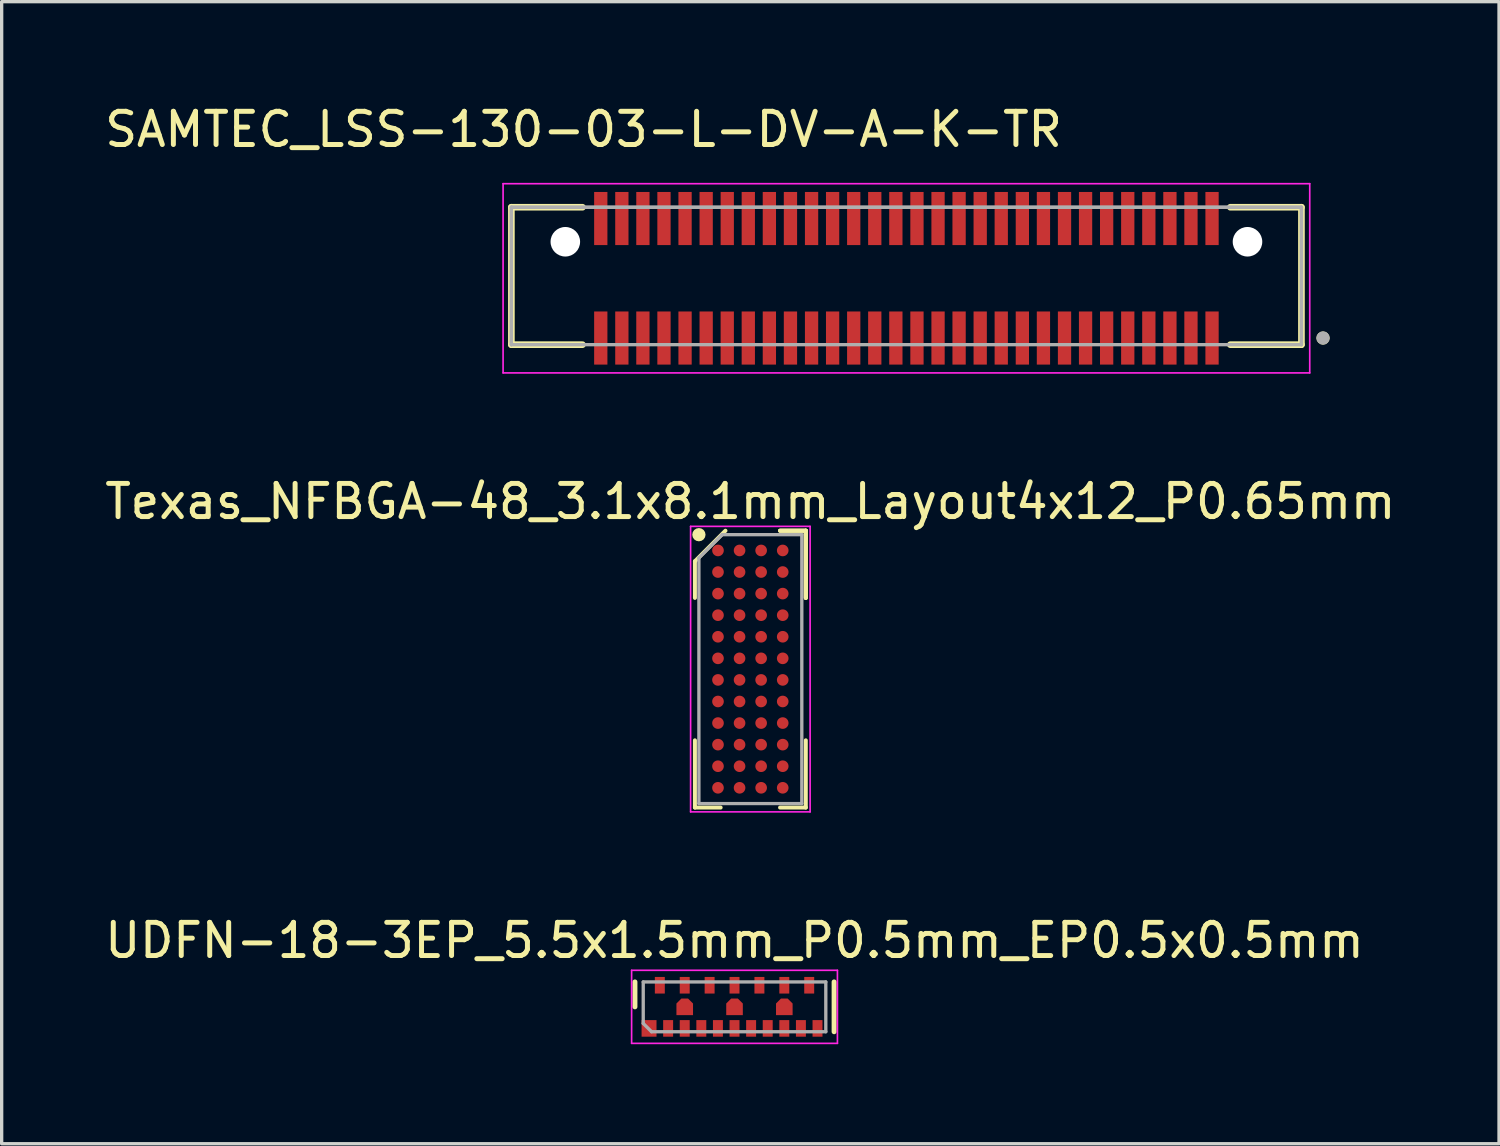
<source format=kicad_pcb>
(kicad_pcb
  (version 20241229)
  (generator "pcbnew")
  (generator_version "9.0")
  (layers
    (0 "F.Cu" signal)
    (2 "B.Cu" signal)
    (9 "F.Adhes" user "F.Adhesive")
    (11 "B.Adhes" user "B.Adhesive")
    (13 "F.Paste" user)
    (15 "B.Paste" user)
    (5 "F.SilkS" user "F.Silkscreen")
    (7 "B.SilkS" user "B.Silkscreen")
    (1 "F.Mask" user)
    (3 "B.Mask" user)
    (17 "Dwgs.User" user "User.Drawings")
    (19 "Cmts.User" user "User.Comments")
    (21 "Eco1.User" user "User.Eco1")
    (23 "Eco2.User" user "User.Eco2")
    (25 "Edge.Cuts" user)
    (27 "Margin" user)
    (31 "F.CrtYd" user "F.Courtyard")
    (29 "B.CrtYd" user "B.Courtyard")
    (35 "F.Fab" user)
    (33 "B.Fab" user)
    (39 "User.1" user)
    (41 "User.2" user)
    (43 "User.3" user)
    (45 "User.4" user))
  (footprint "UDFN-18-3EP_5.5x1.5mm_P0.5mm_EP0.5x0.5mm"
    (layer "F.Cu")
    (at 19.077 27.28)
    (property "Reference" "UDFN-18-3EP_5.5x1.5mm_P0.5mm_EP0.5x0.5mm" (at 0 -2 0) (layer "F.SilkS") (effects (font (size 1 1) (thickness 0.15))))
    (attr through_hole)
    (fp_line (start -3 -0.75) (end -3 0) (stroke (width 0.15) (type solid)) (layer "F.SilkS"))
    (fp_line (start 3 -0.75) (end 3 0.75) (stroke (width 0.15) (type solid)) (layer "F.SilkS"))
    (fp_line (start -3.1 -1.1) (end 3.1 -1.1) (stroke (width 0.05) (type solid)) (layer "F.CrtYd"))
    (fp_line (start -3.1 1.1) (end -3.1 -1.1) (stroke (width 0.05) (type solid)) (layer "F.CrtYd"))
    (fp_line (start 3.1 -1.1) (end 3.1 1.1) (stroke (width 0.05) (type solid)) (layer "F.CrtYd"))
    (fp_line (start 3.1 1.1) (end -3.1 1.1) (stroke (width 0.05) (type solid)) (layer "F.CrtYd"))
    (fp_line (start -2.75 -0.75) (end 2.75 -0.75) (stroke (width 0.1) (type solid)) (layer "F.Fab"))
    (fp_line (start -2.75 0.5) (end -2.75 -0.75) (stroke (width 0.1) (type solid)) (layer "F.Fab"))
    (fp_line (start -2.75 0.5) (end -2.5 0.75) (stroke (width 0.1) (type solid)) (layer "F.Fab"))
    (fp_line (start 2.75 -0.75) (end 2.75 0.75) (stroke (width 0.1) (type solid)) (layer "F.Fab"))
    (fp_line (start 2.75 0.75) (end -2.5 0.75) (stroke (width 0.1) (type solid)) (layer "F.Fab"))
    (pad "1" smd rect (at -2.5 0.65) (size 0.45 0.5) (drill (offset -0.075 0)) (layers "F.Cu" "F.Mask" "F.Paste"))
    (pad "2" smd rect (at -2 0.65) (size 0.3 0.5) (layers "F.Cu" "F.Mask" "F.Paste"))
    (pad "3" smd rect (at -1.5 0.65) (size 0.3 0.5) (layers "F.Cu" "F.Mask" "F.Paste"))
    (pad "4" smd rect (at -1 0.65) (size 0.3 0.5) (layers "F.Cu" "F.Mask" "F.Paste"))
    (pad "5" smd rect (at -0.5 0.65) (size 0.3 0.5) (layers "F.Cu" "F.Mask" "F.Paste"))
    (pad "6" smd rect (at 0 0.65) (size 0.3 0.5) (layers "F.Cu" "F.Mask" "F.Paste"))
    (pad "7" smd rect (at 0.5 0.65) (size 0.3 0.5) (layers "F.Cu" "F.Mask" "F.Paste"))
    (pad "8" smd rect (at 1 0.65) (size 0.3 0.5) (layers "F.Cu" "F.Mask" "F.Paste"))
    (pad "9" smd rect (at 1.5 0.65) (size 0.3 0.5) (layers "F.Cu" "F.Mask" "F.Paste"))
    (pad "10" smd rect (at 2 0.65) (size 0.3 0.5) (layers "F.Cu" "F.Mask" "F.Paste"))
    (pad "11" smd rect (at 2.5 0.65) (size 0.3 0.5) (layers "F.Cu" "F.Mask" "F.Paste"))
    (pad "12" smd rect (at 2.25 -0.65) (size 0.3 0.5) (layers "F.Cu" "F.Mask" "F.Paste"))
    (pad "13" smd rect (at 1.5 -0.65) (size 0.3 0.5) (layers "F.Cu" "F.Mask" "F.Paste"))
    (pad "14" smd rect (at 0.75 -0.65) (size 0.3 0.5) (layers "F.Cu" "F.Mask" "F.Paste"))
    (pad "15" smd rect (at 0 -0.65) (size 0.3 0.5) (layers "F.Cu" "F.Mask" "F.Paste"))
    (pad "16" smd rect (at -0.75 -0.65) (size 0.3 0.5) (layers "F.Cu" "F.Mask" "F.Paste"))
    (pad "17" smd rect (at -1.5 -0.65) (size 0.3 0.5) (layers "F.Cu" "F.Mask" "F.Paste"))
    (pad "18" smd rect (at -2.25 -0.65) (size 0.3 0.5) (layers "F.Cu" "F.Mask" "F.Paste"))
    (pad "19" smd custom (at -1.5 0) (size 0.3 0.3) (layers "F.Cu" "F.Mask" "F.Paste") (options (anchor rect)) (primitives (gr_poly (pts (xy -0.25 0.25) (xy -0.25 -0.1) (xy -0.1 -0.25) (xy 0.1 -0.25) (xy 0.25 -0.1) (xy 0.25 0.25)) (width 0) (fill yes))))
    (pad "20" smd custom (at 0 0) (size 0.3 0.3) (layers "F.Cu" "F.Mask" "F.Paste") (options (anchor rect)) (primitives (gr_poly (pts (xy -0.25 0.25) (xy -0.25 -0.1) (xy -0.1 -0.25) (xy 0.1 -0.25) (xy 0.25 -0.1) (xy 0.25 0.25)) (width 0) (fill yes))))
    (pad "21" smd custom (at 1.5 0) (size 0.3 0.3) (layers "F.Cu" "F.Mask" "F.Paste") (options (anchor rect)) (primitives (gr_poly (pts (xy -0.25 0.25) (xy -0.25 -0.1) (xy -0.1 -0.25) (xy 0.1 -0.25) (xy 0.25 -0.1) (xy 0.25 0.25)) (width 0) (fill yes)))))
  (footprint "Texas_NFBGA-48_3.1x8.1mm_Layout4x12_P0.65mm"
    (layer "F.Cu")
    (at 19.554 17.107)
    (property "Reference" "Texas_NFBGA-48_3.1x8.1mm_Layout4x12_P0.65mm" (at 0 -5.05 0) (layer "F.SilkS") (effects (font (size 1 1) (thickness 0.15))))
    (attr smd)
    (fp_line (start -1.67 -3.25) (end -1.67 -2.145) (stroke (width 0.12) (type solid)) (layer "F.SilkS"))
    (fp_line (start -1.67 4.17) (end -1.67 2.145) (stroke (width 0.12) (type solid)) (layer "F.SilkS"))
    (fp_line (start -0.895 4.17) (end -1.67 4.17) (stroke (width 0.12) (type solid)) (layer "F.SilkS"))
    (fp_line (start -0.75 -4.17) (end -1.67 -3.25) (stroke (width 0.12) (type solid)) (layer "F.SilkS"))
    (fp_line (start 0.895 -4.17) (end 1.67 -4.17) (stroke (width 0.12) (type solid)) (layer "F.SilkS"))
    (fp_line (start 0.895 -4.17) (end 1.67 -4.17) (stroke (width 0.12) (type solid)) (layer "F.SilkS"))
    (fp_line (start 0.895 -4.17) (end 1.67 -4.17) (stroke (width 0.12) (type solid)) (layer "F.SilkS"))
    (fp_line (start 0.895 4.17) (end 1.67 4.17) (stroke (width 0.12) (type solid)) (layer "F.SilkS"))
    (fp_line (start 1.67 -4.17) (end 1.67 -2.145) (stroke (width 0.12) (type solid)) (layer "F.SilkS"))
    (fp_line (start 1.67 -4.17) (end 1.67 -2.145) (stroke (width 0.12) (type solid)) (layer "F.SilkS"))
    (fp_line (start 1.67 -4.17) (end 1.67 -2.145) (stroke (width 0.12) (type solid)) (layer "F.SilkS"))
    (fp_line (start 1.67 4.17) (end 1.67 2.145) (stroke (width 0.12) (type solid)) (layer "F.SilkS"))
    (fp_circle (center -1.55 -4.05) (end -1.55 -3.95) (stroke (width 0.2) (type solid)) (fill no) (layer "F.SilkS"))
    (fp_line (start -1.8 -4.3) (end 1.8 -4.3) (stroke (width 0.05) (type solid)) (layer "F.CrtYd"))
    (fp_line (start -1.8 4.3) (end -1.8 -4.3) (stroke (width 0.05) (type solid)) (layer "F.CrtYd"))
    (fp_line (start 1.8 -4.3) (end 1.8 4.3) (stroke (width 0.05) (type solid)) (layer "F.CrtYd"))
    (fp_line (start 1.8 4.3) (end -1.8 4.3) (stroke (width 0.05) (type solid)) (layer "F.CrtYd"))
    (fp_line (start -1.55 -3.35) (end -1.55 4.05) (stroke (width 0.1) (type solid)) (layer "F.Fab"))
    (fp_line (start -1.55 4.05) (end 1.55 4.05) (stroke (width 0.1) (type solid)) (layer "F.Fab"))
    (fp_line (start -0.85 -4.05) (end -1.55 -3.35) (stroke (width 0.1) (type solid)) (layer "F.Fab"))
    (fp_line (start 1.55 -4.05) (end -0.85 -4.05) (stroke (width 0.1) (type solid)) (layer "F.Fab"))
    (fp_line (start 1.55 4.05) (end 1.55 -4.05) (stroke (width 0.1) (type solid)) (layer "F.Fab"))
    (pad "A1" smd circle (at -0.975 -3.575) (size 0.35 0.35) (layers "F.Cu" "F.Mask" "F.Paste"))
    (pad "A2" smd circle (at -0.325 -3.575) (size 0.35 0.35) (layers "F.Cu" "F.Mask" "F.Paste"))
    (pad "A3" smd circle (at 0.325 -3.575) (size 0.35 0.35) (layers "F.Cu" "F.Mask" "F.Paste"))
    (pad "A4" smd circle (at 0.975 -3.575) (size 0.35 0.35) (layers "F.Cu" "F.Mask" "F.Paste"))
    (pad "B1" smd circle (at -0.975 -2.925) (size 0.35 0.35) (layers "F.Cu" "F.Mask" "F.Paste"))
    (pad "B2" smd circle (at -0.325 -2.925) (size 0.35 0.35) (layers "F.Cu" "F.Mask" "F.Paste"))
    (pad "B3" smd circle (at 0.325 -2.925) (size 0.35 0.35) (layers "F.Cu" "F.Mask" "F.Paste"))
    (pad "B4" smd circle (at 0.975 -2.925) (size 0.35 0.35) (layers "F.Cu" "F.Mask" "F.Paste"))
    (pad "C1" smd circle (at -0.975 -2.275) (size 0.35 0.35) (layers "F.Cu" "F.Mask" "F.Paste"))
    (pad "C2" smd circle (at -0.325 -2.275) (size 0.35 0.35) (layers "F.Cu" "F.Mask" "F.Paste"))
    (pad "C3" smd circle (at 0.325 -2.275) (size 0.35 0.35) (layers "F.Cu" "F.Mask" "F.Paste"))
    (pad "C4" smd circle (at 0.975 -2.275) (size 0.35 0.35) (layers "F.Cu" "F.Mask" "F.Paste"))
    (pad "D1" smd circle (at -0.975 -1.625) (size 0.35 0.35) (layers "F.Cu" "F.Mask" "F.Paste"))
    (pad "D2" smd circle (at -0.325 -1.625) (size 0.35 0.35) (layers "F.Cu" "F.Mask" "F.Paste"))
    (pad "D3" smd circle (at 0.325 -1.625) (size 0.35 0.35) (layers "F.Cu" "F.Mask" "F.Paste"))
    (pad "D4" smd circle (at 0.975 -1.625) (size 0.35 0.35) (layers "F.Cu" "F.Mask" "F.Paste"))
    (pad "E1" smd circle (at -0.975 -0.975) (size 0.35 0.35) (layers "F.Cu" "F.Mask" "F.Paste"))
    (pad "E2" smd circle (at -0.325 -0.975) (size 0.35 0.35) (layers "F.Cu" "F.Mask" "F.Paste"))
    (pad "E3" smd circle (at 0.325 -0.975) (size 0.35 0.35) (layers "F.Cu" "F.Mask" "F.Paste"))
    (pad "E4" smd circle (at 0.975 -0.975) (size 0.35 0.35) (layers "F.Cu" "F.Mask" "F.Paste"))
    (pad "F1" smd circle (at -0.975 -0.325) (size 0.35 0.35) (layers "F.Cu" "F.Mask" "F.Paste"))
    (pad "F2" smd circle (at -0.325 -0.325) (size 0.35 0.35) (layers "F.Cu" "F.Mask" "F.Paste"))
    (pad "F3" smd circle (at 0.325 -0.325) (size 0.35 0.35) (layers "F.Cu" "F.Mask" "F.Paste"))
    (pad "F4" smd circle (at 0.975 -0.325) (size 0.35 0.35) (layers "F.Cu" "F.Mask" "F.Paste"))
    (pad "G1" smd circle (at -0.975 0.325) (size 0.35 0.35) (layers "F.Cu" "F.Mask" "F.Paste"))
    (pad "G2" smd circle (at -0.325 0.325) (size 0.35 0.35) (layers "F.Cu" "F.Mask" "F.Paste"))
    (pad "G3" smd circle (at 0.325 0.325) (size 0.35 0.35) (layers "F.Cu" "F.Mask" "F.Paste"))
    (pad "G4" smd circle (at 0.975 0.325) (size 0.35 0.35) (layers "F.Cu" "F.Mask" "F.Paste"))
    (pad "H1" smd circle (at -0.975 0.975) (size 0.35 0.35) (layers "F.Cu" "F.Mask" "F.Paste"))
    (pad "H2" smd circle (at -0.325 0.975) (size 0.35 0.35) (layers "F.Cu" "F.Mask" "F.Paste"))
    (pad "H3" smd circle (at 0.325 0.975) (size 0.35 0.35) (layers "F.Cu" "F.Mask" "F.Paste"))
    (pad "H4" smd circle (at 0.975 0.975) (size 0.35 0.35) (layers "F.Cu" "F.Mask" "F.Paste"))
    (pad "J1" smd circle (at -0.975 1.625) (size 0.35 0.35) (layers "F.Cu" "F.Mask" "F.Paste"))
    (pad "J2" smd circle (at -0.325 1.625) (size 0.35 0.35) (layers "F.Cu" "F.Mask" "F.Paste"))
    (pad "J3" smd circle (at 0.325 1.625) (size 0.35 0.35) (layers "F.Cu" "F.Mask" "F.Paste"))
    (pad "J4" smd circle (at 0.975 1.625) (size 0.35 0.35) (layers "F.Cu" "F.Mask" "F.Paste"))
    (pad "K1" smd circle (at -0.975 2.275) (size 0.35 0.35) (layers "F.Cu" "F.Mask" "F.Paste"))
    (pad "K2" smd circle (at -0.325 2.275) (size 0.35 0.35) (layers "F.Cu" "F.Mask" "F.Paste"))
    (pad "K3" smd circle (at 0.325 2.275) (size 0.35 0.35) (layers "F.Cu" "F.Mask" "F.Paste"))
    (pad "K4" smd circle (at 0.975 2.275) (size 0.35 0.35) (layers "F.Cu" "F.Mask" "F.Paste"))
    (pad "L1" smd circle (at -0.975 2.925) (size 0.35 0.35) (layers "F.Cu" "F.Mask" "F.Paste"))
    (pad "L2" smd circle (at -0.325 2.925) (size 0.35 0.35) (layers "F.Cu" "F.Mask" "F.Paste"))
    (pad "L3" smd circle (at 0.325 2.925) (size 0.35 0.35) (layers "F.Cu" "F.Mask" "F.Paste"))
    (pad "L4" smd circle (at 0.975 2.925) (size 0.35 0.35) (layers "F.Cu" "F.Mask" "F.Paste"))
    (pad "M1" smd circle (at -0.975 3.575) (size 0.35 0.35) (layers "F.Cu" "F.Mask" "F.Paste"))
    (pad "M2" smd circle (at -0.325 3.575) (size 0.35 0.35) (layers "F.Cu" "F.Mask" "F.Paste"))
    (pad "M3" smd circle (at 0.325 3.575) (size 0.35 0.35) (layers "F.Cu" "F.Mask" "F.Paste"))
    (pad "M4" smd circle (at 0.975 3.575) (size 0.35 0.35) (layers "F.Cu" "F.Mask" "F.Paste")))
  (footprint "SAMTEC_LSS-130-03-L-DV-A-K-TR"
    (layer "F.Cu")
    (at 24.255 5.333)
    (property "Reference" "SAMTEC_LSS-130-03-L-DV-A-K-TR" (at -9.725 -4.485 0) (layer "F.SilkS") (effects (font (size 1 1) (thickness 0.15))))
    (attr through_hole)
    (fp_line (start -11.9 -2.14) (end -9.758 -2.14) (stroke (width 0.2) (type solid)) (layer "F.SilkS"))
    (fp_line (start -11.9 2) (end -11.9 -2.14) (stroke (width 0.2) (type solid)) (layer "F.SilkS"))
    (fp_line (start -9.758 2) (end -11.9 2) (stroke (width 0.2) (type solid)) (layer "F.SilkS"))
    (fp_line (start 9.758 -2.14) (end 11.9 -2.14) (stroke (width 0.2) (type solid)) (layer "F.SilkS"))
    (fp_line (start 9.758 2) (end 11.9 2) (stroke (width 0.2) (type solid)) (layer "F.SilkS"))
    (fp_line (start 11.9 -2.14) (end 11.9 2) (stroke (width 0.2) (type solid)) (layer "F.SilkS"))
    (fp_circle (center 12.55 1.8) (end 12.65 1.8) (stroke (width 0.2) (type solid)) (fill no) (layer "F.SilkS"))
    (fp_line (start -12.15 -2.85) (end 12.15 -2.85) (stroke (width 0.05) (type solid)) (layer "F.CrtYd"))
    (fp_line (start -12.15 2.85) (end -12.15 -2.85) (stroke (width 0.05) (type solid)) (layer "F.CrtYd"))
    (fp_line (start 12.15 -2.85) (end 12.15 2.85) (stroke (width 0.05) (type solid)) (layer "F.CrtYd"))
    (fp_line (start 12.15 2.85) (end -12.15 2.85) (stroke (width 0.05) (type solid)) (layer "F.CrtYd"))
    (fp_line (start -11.9 -2.14) (end 11.9 -2.14) (stroke (width 0.1) (type solid)) (layer "F.Fab"))
    (fp_line (start -11.9 -2.14) (end 11.9 -2.14) (stroke (width 0.1) (type solid)) (layer "F.Fab"))
    (fp_line (start -11.9 2) (end -11.9 -2.14) (stroke (width 0.1) (type solid)) (layer "F.Fab"))
    (fp_line (start -11.9 2) (end -11.9 -2.14) (stroke (width 0.1) (type solid)) (layer "F.Fab"))
    (fp_line (start 11.9 -2.14) (end 11.9 2) (stroke (width 0.1) (type solid)) (layer "F.Fab"))
    (fp_line (start 11.9 -2.14) (end 11.9 2) (stroke (width 0.1) (type solid)) (layer "F.Fab"))
    (fp_line (start 11.9 2) (end -11.9 2) (stroke (width 0.1) (type solid)) (layer "F.Fab"))
    (fp_circle (center 12.55 1.8) (end 12.65 1.8) (stroke (width 0.2) (type solid)) (fill no) (layer "F.Fab"))
    (pad "" np_thru_hole circle (at -10.275 -1.1) (size 0.89 0.89) (drill 0.89) (layers "*.Cu" "*.Mask"))
    (pad "" np_thru_hole circle (at 10.275 -1.1) (size 0.89 0.89) (drill 0.89) (layers "*.Cu" "*.Mask"))
    (pad "1" smd rect (at 9.207 1.8) (size 0.4 1.6) (layers "F.Cu" "F.Mask" "F.Paste"))
    (pad "2" smd rect (at 9.207 -1.8) (size 0.4 1.6) (layers "F.Cu" "F.Mask" "F.Paste"))
    (pad "3" smd rect (at 8.572 1.8) (size 0.4 1.6) (layers "F.Cu" "F.Mask" "F.Paste"))
    (pad "4" smd rect (at 8.572 -1.8) (size 0.4 1.6) (layers "F.Cu" "F.Mask" "F.Paste"))
    (pad "5" smd rect (at 7.938 1.8) (size 0.4 1.6) (layers "F.Cu" "F.Mask" "F.Paste"))
    (pad "6" smd rect (at 7.938 -1.8) (size 0.4 1.6) (layers "F.Cu" "F.Mask" "F.Paste"))
    (pad "7" smd rect (at 7.303 1.8) (size 0.4 1.6) (layers "F.Cu" "F.Mask" "F.Paste"))
    (pad "8" smd rect (at 7.303 -1.8) (size 0.4 1.6) (layers "F.Cu" "F.Mask" "F.Paste"))
    (pad "9" smd rect (at 6.668 1.8) (size 0.4 1.6) (layers "F.Cu" "F.Mask" "F.Paste"))
    (pad "10" smd rect (at 6.668 -1.8) (size 0.4 1.6) (layers "F.Cu" "F.Mask" "F.Paste"))
    (pad "11" smd rect (at 6.032 1.8) (size 0.4 1.6) (layers "F.Cu" "F.Mask" "F.Paste"))
    (pad "12" smd rect (at 6.032 -1.8) (size 0.4 1.6) (layers "F.Cu" "F.Mask" "F.Paste"))
    (pad "13" smd rect (at 5.397 1.8) (size 0.4 1.6) (layers "F.Cu" "F.Mask" "F.Paste"))
    (pad "14" smd rect (at 5.397 -1.8) (size 0.4 1.6) (layers "F.Cu" "F.Mask" "F.Paste"))
    (pad "15" smd rect (at 4.763 1.8) (size 0.4 1.6) (layers "F.Cu" "F.Mask" "F.Paste"))
    (pad "16" smd rect (at 4.763 -1.8) (size 0.4 1.6) (layers "F.Cu" "F.Mask" "F.Paste"))
    (pad "17" smd rect (at 4.128 1.8) (size 0.4 1.6) (layers "F.Cu" "F.Mask" "F.Paste"))
    (pad "18" smd rect (at 4.128 -1.8) (size 0.4 1.6) (layers "F.Cu" "F.Mask" "F.Paste"))
    (pad "19" smd rect (at 3.493 1.8) (size 0.4 1.6) (layers "F.Cu" "F.Mask" "F.Paste"))
    (pad "20" smd rect (at 3.493 -1.8) (size 0.4 1.6) (layers "F.Cu" "F.Mask" "F.Paste"))
    (pad "21" smd rect (at 2.857 1.8) (size 0.4 1.6) (layers "F.Cu" "F.Mask" "F.Paste"))
    (pad "22" smd rect (at 2.857 -1.8) (size 0.4 1.6) (layers "F.Cu" "F.Mask" "F.Paste"))
    (pad "23" smd rect (at 2.223 1.8) (size 0.4 1.6) (layers "F.Cu" "F.Mask" "F.Paste"))
    (pad "24" smd rect (at 2.223 -1.8) (size 0.4 1.6) (layers "F.Cu" "F.Mask" "F.Paste"))
    (pad "25" smd rect (at 1.587 1.8) (size 0.4 1.6) (layers "F.Cu" "F.Mask" "F.Paste"))
    (pad "26" smd rect (at 1.587 -1.8) (size 0.4 1.6) (layers "F.Cu" "F.Mask" "F.Paste"))
    (pad "27" smd rect (at 0.953 1.8) (size 0.4 1.6) (layers "F.Cu" "F.Mask" "F.Paste"))
    (pad "28" smd rect (at 0.953 -1.8) (size 0.4 1.6) (layers "F.Cu" "F.Mask" "F.Paste"))
    (pad "29" smd rect (at 0.318 1.8) (size 0.4 1.6) (layers "F.Cu" "F.Mask" "F.Paste"))
    (pad "30" smd rect (at 0.318 -1.8) (size 0.4 1.6) (layers "F.Cu" "F.Mask" "F.Paste"))
    (pad "31" smd rect (at -0.318 1.8) (size 0.4 1.6) (layers "F.Cu" "F.Mask" "F.Paste"))
    (pad "32" smd rect (at -0.318 -1.8) (size 0.4 1.6) (layers "F.Cu" "F.Mask" "F.Paste"))
    (pad "33" smd rect (at -0.953 1.8) (size 0.4 1.6) (layers "F.Cu" "F.Mask" "F.Paste"))
    (pad "34" smd rect (at -0.953 -1.8) (size 0.4 1.6) (layers "F.Cu" "F.Mask" "F.Paste"))
    (pad "35" smd rect (at -1.587 1.8) (size 0.4 1.6) (layers "F.Cu" "F.Mask" "F.Paste"))
    (pad "36" smd rect (at -1.587 -1.8) (size 0.4 1.6) (layers "F.Cu" "F.Mask" "F.Paste"))
    (pad "37" smd rect (at -2.223 1.8) (size 0.4 1.6) (layers "F.Cu" "F.Mask" "F.Paste"))
    (pad "38" smd rect (at -2.223 -1.8) (size 0.4 1.6) (layers "F.Cu" "F.Mask" "F.Paste"))
    (pad "39" smd rect (at -2.857 1.8) (size 0.4 1.6) (layers "F.Cu" "F.Mask" "F.Paste"))
    (pad "40" smd rect (at -2.857 -1.8) (size 0.4 1.6) (layers "F.Cu" "F.Mask" "F.Paste"))
    (pad "41" smd rect (at -3.493 1.8) (size 0.4 1.6) (layers "F.Cu" "F.Mask" "F.Paste"))
    (pad "42" smd rect (at -3.493 -1.8) (size 0.4 1.6) (layers "F.Cu" "F.Mask" "F.Paste"))
    (pad "43" smd rect (at -4.128 1.8) (size 0.4 1.6) (layers "F.Cu" "F.Mask" "F.Paste"))
    (pad "44" smd rect (at -4.128 -1.8) (size 0.4 1.6) (layers "F.Cu" "F.Mask" "F.Paste"))
    (pad "45" smd rect (at -4.763 1.8) (size 0.4 1.6) (layers "F.Cu" "F.Mask" "F.Paste"))
    (pad "46" smd rect (at -4.763 -1.8) (size 0.4 1.6) (layers "F.Cu" "F.Mask" "F.Paste"))
    (pad "47" smd rect (at -5.397 1.8) (size 0.4 1.6) (layers "F.Cu" "F.Mask" "F.Paste"))
    (pad "48" smd rect (at -5.397 -1.8) (size 0.4 1.6) (layers "F.Cu" "F.Mask" "F.Paste"))
    (pad "49" smd rect (at -6.032 1.8) (size 0.4 1.6) (layers "F.Cu" "F.Mask" "F.Paste"))
    (pad "50" smd rect (at -6.032 -1.8) (size 0.4 1.6) (layers "F.Cu" "F.Mask" "F.Paste"))
    (pad "51" smd rect (at -6.668 1.8) (size 0.4 1.6) (layers "F.Cu" "F.Mask" "F.Paste"))
    (pad "52" smd rect (at -6.668 -1.8) (size 0.4 1.6) (layers "F.Cu" "F.Mask" "F.Paste"))
    (pad "53" smd rect (at -7.303 1.8) (size 0.4 1.6) (layers "F.Cu" "F.Mask" "F.Paste"))
    (pad "54" smd rect (at -7.303 -1.8) (size 0.4 1.6) (layers "F.Cu" "F.Mask" "F.Paste"))
    (pad "55" smd rect (at -7.938 1.8) (size 0.4 1.6) (layers "F.Cu" "F.Mask" "F.Paste"))
    (pad "56" smd rect (at -7.938 -1.8) (size 0.4 1.6) (layers "F.Cu" "F.Mask" "F.Paste"))
    (pad "57" smd rect (at -8.572 1.8) (size 0.4 1.6) (layers "F.Cu" "F.Mask" "F.Paste"))
    (pad "58" smd rect (at -8.572 -1.8) (size 0.4 1.6) (layers "F.Cu" "F.Mask" "F.Paste"))
    (pad "59" smd rect (at -9.207 1.8) (size 0.4 1.6) (layers "F.Cu" "F.Mask" "F.Paste"))
    (pad "60" smd rect (at -9.207 -1.8) (size 0.4 1.6) (layers "F.Cu" "F.Mask" "F.Paste")))
  (gr_rect
    (start -3 -3)
    (end 42.107 31.405)
    (stroke (width 0.1) (type default))
    (fill no)
    (layer "Edge.Cuts")))
</source>
